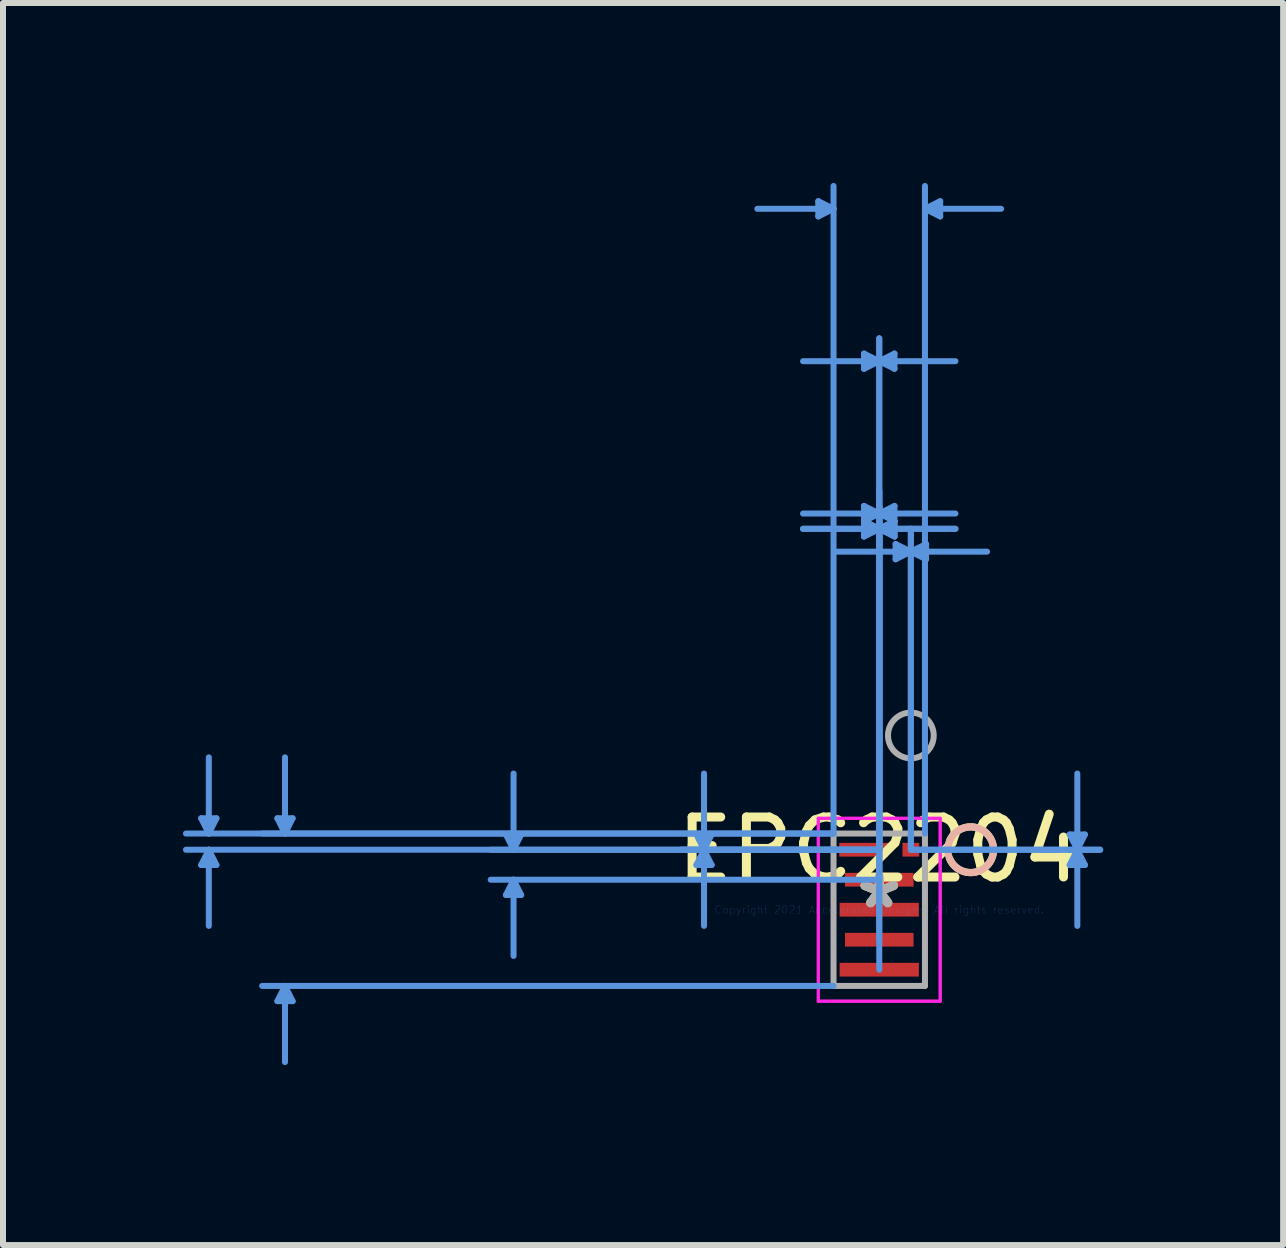
<source format=kicad_pcb>
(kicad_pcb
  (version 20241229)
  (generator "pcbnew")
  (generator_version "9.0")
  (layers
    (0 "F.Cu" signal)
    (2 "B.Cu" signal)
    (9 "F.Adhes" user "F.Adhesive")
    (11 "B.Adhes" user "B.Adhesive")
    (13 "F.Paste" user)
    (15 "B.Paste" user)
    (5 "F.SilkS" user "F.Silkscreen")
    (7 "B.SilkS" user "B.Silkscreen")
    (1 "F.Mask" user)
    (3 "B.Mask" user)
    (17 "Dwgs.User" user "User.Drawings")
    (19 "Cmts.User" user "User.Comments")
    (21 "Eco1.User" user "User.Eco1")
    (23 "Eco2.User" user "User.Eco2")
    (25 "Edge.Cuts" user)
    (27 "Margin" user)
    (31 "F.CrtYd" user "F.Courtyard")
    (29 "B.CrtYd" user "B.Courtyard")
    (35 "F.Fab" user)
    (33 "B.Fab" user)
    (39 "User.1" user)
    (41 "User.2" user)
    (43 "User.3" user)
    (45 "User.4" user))
  (footprint "EPC2204"
    (layer "F.Cu")
    (at 11.607 12.115)
    (property "Reference" "EPC2204" (at 0 -1 0) (layer "F.SilkS") (effects (font (size 1 1) (thickness 0.15))))
    (attr through_hole)
    (fp_arc (start 1.175752 -1.154544) (mid 1.602989 -1.37272) (end 1.905 -0.999998) (stroke (width 0.12) (type solid)) (layer "F.SilkS"))
    (fp_arc (start 1.905 -0.999998) (mid 1.602989 -0.627276) (end 1.175752 -0.845452) (stroke (width 0.12) (type solid)) (layer "F.SilkS"))
    (fp_circle (center 1.524 -1) (end 1.905 -1) (stroke (width 0.12) (type solid)) (fill no) (layer "B.SilkS"))
    (fp_line (start -11.303 -1.524) (end -11.049 -1.524) (stroke (width 0.1) (type solid)) (layer "Cmts.User"))
    (fp_line (start -11.303 -0.746) (end -11.049 -0.746) (stroke (width 0.1) (type solid)) (layer "Cmts.User"))
    (fp_line (start -11.176 -1.27) (end -11.303 -1.524) (stroke (width 0.1) (type solid)) (layer "Cmts.User"))
    (fp_line (start -11.176 -1.27) (end -11.176 -2.54) (stroke (width 0.1) (type solid)) (layer "Cmts.User"))
    (fp_line (start -11.176 -1.27) (end -11.049 -1.524) (stroke (width 0.1) (type solid)) (layer "Cmts.User"))
    (fp_line (start -11.176 -1) (end -11.303 -0.746) (stroke (width 0.1) (type solid)) (layer "Cmts.User"))
    (fp_line (start -11.176 -1) (end -11.176 0.27) (stroke (width 0.1) (type solid)) (layer "Cmts.User"))
    (fp_line (start -11.176 -1) (end -11.049 -0.746) (stroke (width 0.1) (type solid)) (layer "Cmts.User"))
    (fp_line (start -10.033 -1.524) (end -9.779 -1.524) (stroke (width 0.1) (type solid)) (layer "Cmts.User"))
    (fp_line (start -10.033 1.524) (end -9.779 1.524) (stroke (width 0.1) (type solid)) (layer "Cmts.User"))
    (fp_line (start -9.906 -1.27) (end -10.033 -1.524) (stroke (width 0.1) (type solid)) (layer "Cmts.User"))
    (fp_line (start -9.906 -1.27) (end -9.906 -2.54) (stroke (width 0.1) (type solid)) (layer "Cmts.User"))
    (fp_line (start -9.906 -1.27) (end -9.779 -1.524) (stroke (width 0.1) (type solid)) (layer "Cmts.User"))
    (fp_line (start -9.906 1.27) (end -10.033 1.524) (stroke (width 0.1) (type solid)) (layer "Cmts.User"))
    (fp_line (start -9.906 1.27) (end -9.906 2.54) (stroke (width 0.1) (type solid)) (layer "Cmts.User"))
    (fp_line (start -9.906 1.27) (end -9.779 1.524) (stroke (width 0.1) (type solid)) (layer "Cmts.User"))
    (fp_line (start -6.223 -1.254) (end -5.969 -1.254) (stroke (width 0.1) (type solid)) (layer "Cmts.User"))
    (fp_line (start -6.223 -0.246) (end -5.969 -0.246) (stroke (width 0.1) (type solid)) (layer "Cmts.User"))
    (fp_line (start -6.096 -1) (end -6.223 -1.254) (stroke (width 0.1) (type solid)) (layer "Cmts.User"))
    (fp_line (start -6.096 -1) (end -6.096 -2.27) (stroke (width 0.1) (type solid)) (layer "Cmts.User"))
    (fp_line (start -6.096 -1) (end -5.969 -1.254) (stroke (width 0.1) (type solid)) (layer "Cmts.User"))
    (fp_line (start -6.096 -0.5) (end -6.223 -0.246) (stroke (width 0.1) (type solid)) (layer "Cmts.User"))
    (fp_line (start -6.096 -0.5) (end -6.096 0.77) (stroke (width 0.1) (type solid)) (layer "Cmts.User"))
    (fp_line (start -6.096 -0.5) (end -5.969 -0.246) (stroke (width 0.1) (type solid)) (layer "Cmts.User"))
    (fp_line (start -3.048 -1.254) (end -2.794 -1.254) (stroke (width 0.1) (type solid)) (layer "Cmts.User"))
    (fp_line (start -3.048 -0.746) (end -2.794 -0.746) (stroke (width 0.1) (type solid)) (layer "Cmts.User"))
    (fp_line (start -2.921 -1) (end -3.048 -1.254) (stroke (width 0.1) (type solid)) (layer "Cmts.User"))
    (fp_line (start -2.921 -1) (end -3.048 -0.746) (stroke (width 0.1) (type solid)) (layer "Cmts.User"))
    (fp_line (start -2.921 -1) (end -2.921 -2.27) (stroke (width 0.1) (type solid)) (layer "Cmts.User"))
    (fp_line (start -2.921 -1) (end -2.921 0.27) (stroke (width 0.1) (type solid)) (layer "Cmts.User"))
    (fp_line (start -2.921 -1) (end -2.794 -1.254) (stroke (width 0.1) (type solid)) (layer "Cmts.User"))
    (fp_line (start -2.921 -1) (end -2.794 -0.746) (stroke (width 0.1) (type solid)) (layer "Cmts.User"))
    (fp_line (start -1.016 -11.811) (end -1.016 -11.557) (stroke (width 0.1) (type solid)) (layer "Cmts.User"))
    (fp_line (start -0.762 -11.684) (end -2.032 -11.684) (stroke (width 0.1) (type solid)) (layer "Cmts.User"))
    (fp_line (start -0.762 -11.684) (end -1.016 -11.811) (stroke (width 0.1) (type solid)) (layer "Cmts.User"))
    (fp_line (start -0.762 -11.684) (end -1.016 -11.557) (stroke (width 0.1) (type solid)) (layer "Cmts.User"))
    (fp_line (start -0.762 -1.27) (end -11.557 -1.27) (stroke (width 0.1) (type solid)) (layer "Cmts.User"))
    (fp_line (start -0.762 -1.27) (end -10.287 -1.27) (stroke (width 0.1) (type solid)) (layer "Cmts.User"))
    (fp_line (start -0.762 -1.27) (end -0.762 -12.065) (stroke (width 0.1) (type solid)) (layer "Cmts.User"))
    (fp_line (start -0.762 1.27) (end -10.287 1.27) (stroke (width 0.1) (type solid)) (layer "Cmts.User"))
    (fp_line (start -0.254 -9.271) (end -0.254 -9.017) (stroke (width 0.1) (type solid)) (layer "Cmts.User"))
    (fp_line (start -0.254 -6.731) (end -0.254 -6.477) (stroke (width 0.1) (type solid)) (layer "Cmts.User"))
    (fp_line (start -0.254 -6.477) (end -0.254 -6.223) (stroke (width 0.1) (type solid)) (layer "Cmts.User"))
    (fp_line (start -0.254 -6.477) (end -0.254 -6.223) (stroke (width 0.1) (type solid)) (layer "Cmts.User"))
    (fp_line (start 0 -9.144) (end -1.27 -9.144) (stroke (width 0.1) (type solid)) (layer "Cmts.User"))
    (fp_line (start 0 -9.144) (end -0.254 -9.271) (stroke (width 0.1) (type solid)) (layer "Cmts.User"))
    (fp_line (start 0 -9.144) (end -0.254 -9.017) (stroke (width 0.1) (type solid)) (layer "Cmts.User"))
    (fp_line (start 0 -9.144) (end 0.254 -9.271) (stroke (width 0.1) (type solid)) (layer "Cmts.User"))
    (fp_line (start 0 -9.144) (end 0.254 -9.017) (stroke (width 0.1) (type solid)) (layer "Cmts.User"))
    (fp_line (start 0 -9.144) (end 1.27 -9.144) (stroke (width 0.1) (type solid)) (layer "Cmts.User"))
    (fp_line (start 0 -6.604) (end -1.27 -6.604) (stroke (width 0.1) (type solid)) (layer "Cmts.User"))
    (fp_line (start 0 -6.604) (end -0.254 -6.731) (stroke (width 0.1) (type solid)) (layer "Cmts.User"))
    (fp_line (start 0 -6.604) (end -0.254 -6.477) (stroke (width 0.1) (type solid)) (layer "Cmts.User"))
    (fp_line (start 0 -6.604) (end 0.254 -6.731) (stroke (width 0.1) (type solid)) (layer "Cmts.User"))
    (fp_line (start 0 -6.604) (end 0.254 -6.477) (stroke (width 0.1) (type solid)) (layer "Cmts.User"))
    (fp_line (start 0 -6.604) (end 1.27 -6.604) (stroke (width 0.1) (type solid)) (layer "Cmts.User"))
    (fp_line (start 0 -6.35) (end -1.27 -6.35) (stroke (width 0.1) (type solid)) (layer "Cmts.User"))
    (fp_line (start 0 -6.35) (end -1.27 -6.35) (stroke (width 0.1) (type solid)) (layer "Cmts.User"))
    (fp_line (start 0 -6.35) (end -0.254 -6.477) (stroke (width 0.1) (type solid)) (layer "Cmts.User"))
    (fp_line (start 0 -6.35) (end -0.254 -6.477) (stroke (width 0.1) (type solid)) (layer "Cmts.User"))
    (fp_line (start 0 -6.35) (end -0.254 -6.223) (stroke (width 0.1) (type solid)) (layer "Cmts.User"))
    (fp_line (start 0 -6.35) (end -0.254 -6.223) (stroke (width 0.1) (type solid)) (layer "Cmts.User"))
    (fp_line (start 0 -6.35) (end 0.254 -6.477) (stroke (width 0.1) (type solid)) (layer "Cmts.User"))
    (fp_line (start 0 -6.35) (end 0.254 -6.477) (stroke (width 0.1) (type solid)) (layer "Cmts.User"))
    (fp_line (start 0 -6.35) (end 0.254 -6.223) (stroke (width 0.1) (type solid)) (layer "Cmts.User"))
    (fp_line (start 0 -6.35) (end 0.254 -6.223) (stroke (width 0.1) (type solid)) (layer "Cmts.User"))
    (fp_line (start 0 -6.35) (end 1.27 -6.35) (stroke (width 0.1) (type solid)) (layer "Cmts.User"))
    (fp_line (start 0 -6.35) (end 1.27 -6.35) (stroke (width 0.1) (type solid)) (layer "Cmts.User"))
    (fp_line (start 0 -1) (end -11.557 -1) (stroke (width 0.1) (type solid)) (layer "Cmts.User"))
    (fp_line (start 0 -1) (end -6.477 -1) (stroke (width 0.1) (type solid)) (layer "Cmts.User"))
    (fp_line (start 0 -1) (end -3.302 -1) (stroke (width 0.1) (type solid)) (layer "Cmts.User"))
    (fp_line (start 0 -1) (end -3.302 -1) (stroke (width 0.1) (type solid)) (layer "Cmts.User"))
    (fp_line (start 0 -1) (end 0 -9.525) (stroke (width 0.1) (type solid)) (layer "Cmts.User"))
    (fp_line (start 0 -1) (end 0 -9.525) (stroke (width 0.1) (type solid)) (layer "Cmts.User"))
    (fp_line (start 0 -1) (end 0 -6.731) (stroke (width 0.1) (type solid)) (layer "Cmts.User"))
    (fp_line (start 0 -1) (end 0 -6.731) (stroke (width 0.1) (type solid)) (layer "Cmts.User"))
    (fp_line (start 0 -0.5) (end -6.477 -0.5) (stroke (width 0.1) (type solid)) (layer "Cmts.User"))
    (fp_line (start 0 -0.5) (end 0 -6.985) (stroke (width 0.1) (type solid)) (layer "Cmts.User"))
    (fp_line (start 0 -0.5) (end 0 -6.985) (stroke (width 0.1) (type solid)) (layer "Cmts.User"))
    (fp_line (start 0 0.5) (end 0 -6.731) (stroke (width 0.1) (type solid)) (layer "Cmts.User"))
    (fp_line (start 0 1) (end 0 -6.731) (stroke (width 0.1) (type solid)) (layer "Cmts.User"))
    (fp_line (start 0.254 -9.271) (end 0.254 -9.017) (stroke (width 0.1) (type solid)) (layer "Cmts.User"))
    (fp_line (start 0.254 -6.731) (end 0.254 -6.477) (stroke (width 0.1) (type solid)) (layer "Cmts.User"))
    (fp_line (start 0.254 -6.477) (end 0.254 -6.223) (stroke (width 0.1) (type solid)) (layer "Cmts.User"))
    (fp_line (start 0.254 -6.477) (end 0.254 -6.223) (stroke (width 0.1) (type solid)) (layer "Cmts.User"))
    (fp_line (start 0.273 -6.096) (end 0.273 -5.842) (stroke (width 0.1) (type solid)) (layer "Cmts.User"))
    (fp_line (start 0.527 -5.969) (end -0.743 -5.969) (stroke (width 0.1) (type solid)) (layer "Cmts.User"))
    (fp_line (start 0.527 -5.969) (end 0.273 -6.096) (stroke (width 0.1) (type solid)) (layer "Cmts.User"))
    (fp_line (start 0.527 -5.969) (end 0.273 -5.842) (stroke (width 0.1) (type solid)) (layer "Cmts.User"))
    (fp_line (start 0.527 -5.969) (end 0.781 -6.096) (stroke (width 0.1) (type solid)) (layer "Cmts.User"))
    (fp_line (start 0.527 -5.969) (end 0.781 -5.842) (stroke (width 0.1) (type solid)) (layer "Cmts.User"))
    (fp_line (start 0.527 -5.969) (end 1.797 -5.969) (stroke (width 0.1) (type solid)) (layer "Cmts.User"))
    (fp_line (start 0.527 -1) (end 0.527 -6.35) (stroke (width 0.1) (type solid)) (layer "Cmts.User"))
    (fp_line (start 0.527 -1) (end 0.527 -6.35) (stroke (width 0.1) (type solid)) (layer "Cmts.User"))
    (fp_line (start 0.527 -1) (end 3.683 -1) (stroke (width 0.1) (type solid)) (layer "Cmts.User"))
    (fp_line (start 0.527 -1) (end 3.683 -1) (stroke (width 0.1) (type solid)) (layer "Cmts.User"))
    (fp_line (start 0.762 -11.684) (end 1.016 -11.811) (stroke (width 0.1) (type solid)) (layer "Cmts.User"))
    (fp_line (start 0.762 -11.684) (end 1.016 -11.557) (stroke (width 0.1) (type solid)) (layer "Cmts.User"))
    (fp_line (start 0.762 -11.684) (end 2.032 -11.684) (stroke (width 0.1) (type solid)) (layer "Cmts.User"))
    (fp_line (start 0.762 -1.27) (end 0.762 -12.065) (stroke (width 0.1) (type solid)) (layer "Cmts.User"))
    (fp_line (start 0.781 -6.096) (end 0.781 -5.842) (stroke (width 0.1) (type solid)) (layer "Cmts.User"))
    (fp_line (start 1.016 -11.811) (end 1.016 -11.557) (stroke (width 0.1) (type solid)) (layer "Cmts.User"))
    (fp_line (start 3.175 -1.254) (end 3.429 -1.254) (stroke (width 0.1) (type solid)) (layer "Cmts.User"))
    (fp_line (start 3.175 -0.746) (end 3.429 -0.746) (stroke (width 0.1) (type solid)) (layer "Cmts.User"))
    (fp_line (start 3.302 -1) (end 3.175 -1.254) (stroke (width 0.1) (type solid)) (layer "Cmts.User"))
    (fp_line (start 3.302 -1) (end 3.175 -0.746) (stroke (width 0.1) (type solid)) (layer "Cmts.User"))
    (fp_line (start 3.302 -1) (end 3.302 -2.27) (stroke (width 0.1) (type solid)) (layer "Cmts.User"))
    (fp_line (start 3.302 -1) (end 3.302 0.27) (stroke (width 0.1) (type solid)) (layer "Cmts.User"))
    (fp_line (start 3.302 -1) (end 3.429 -1.254) (stroke (width 0.1) (type solid)) (layer "Cmts.User"))
    (fp_line (start 3.302 -1) (end 3.429 -0.746) (stroke (width 0.1) (type solid)) (layer "Cmts.User"))
    (fp_line (start -1.016 -1.524) (end -1.016 1.524) (stroke (width 0.05) (type solid)) (layer "F.CrtYd"))
    (fp_line (start -1.016 -1.524) (end -1.016 1.524) (stroke (width 0.05) (type solid)) (layer "F.CrtYd"))
    (fp_line (start -1.016 1.524) (end 1.016 1.524) (stroke (width 0.05) (type solid)) (layer "F.CrtYd"))
    (fp_line (start -1.016 1.524) (end 1.016 1.524) (stroke (width 0.05) (type solid)) (layer "F.CrtYd"))
    (fp_line (start 1.016 -1.524) (end -1.016 -1.524) (stroke (width 0.05) (type solid)) (layer "F.CrtYd"))
    (fp_line (start 1.016 -1.524) (end -1.016 -1.524) (stroke (width 0.05) (type solid)) (layer "F.CrtYd"))
    (fp_line (start 1.016 1.524) (end 1.016 -1.524) (stroke (width 0.05) (type solid)) (layer "F.CrtYd"))
    (fp_line (start 1.016 1.524) (end 1.016 -1.524) (stroke (width 0.05) (type solid)) (layer "F.CrtYd"))
    (fp_line (start -0.762 -1.27) (end -0.762 1.27) (stroke (width 0.1) (type solid)) (layer "F.Fab"))
    (fp_line (start -0.762 1.27) (end 0.762 1.27) (stroke (width 0.1) (type solid)) (layer "F.Fab"))
    (fp_line (start 0.762 -1.27) (end -0.762 -1.27) (stroke (width 0.1) (type solid)) (layer "F.Fab"))
    (fp_line (start 0.762 1.27) (end 0.762 -1.27) (stroke (width 0.1) (type solid)) (layer "F.Fab"))
    (fp_circle (center 0.527 -2.905) (end 0.908 -2.905) (stroke (width 0.1) (type solid)) (fill no) (layer "F.Fab"))
    (fp_text user "*" (at 0 0 0) (layer "F.SilkS") (effects (font (size 1 1) (thickness 0.15))))
    (fp_text user "Copyright 2021 Accelerated Designs. All rights reserved." (at 0 0 0) (layer "Cmts.User") (effects (font (size 0.127 0.127) (thickness 0.002))))
    (fp_text user "*" (at 0 0 0) (layer "F.Fab") (effects (font (size 1 1) (thickness 0.15))))
    (pad "1" smd rect (at 0.527 -1) (size 0.279 0.229) (layers "F.Cu" "F.Mask" "F.Paste"))
    (pad "2" smd rect (at -0.26 -1) (size 0.813 0.229) (layers "F.Cu" "F.Mask" "F.Paste"))
    (pad "3" smd rect (at 0 -0.5) (size 1.143 0.229) (layers "F.Cu" "F.Mask" "F.Paste"))
    (pad "4" smd rect (at 0 0.000003) (size 1.321 0.229) (layers "F.Cu" "F.Mask" "F.Paste"))
    (pad "5" smd rect (at 0 0.5) (size 1.143 0.229) (layers "F.Cu" "F.Mask" "F.Paste"))
    (pad "6" smd rect (at 0 1) (size 1.321 0.229) (layers "F.Cu" "F.Mask" "F.Paste")))
  (gr_rect
    (start -3 -3)
    (end 18.34 17.705)
    (stroke (width 0.1) (type default))
    (fill no)
    (layer "Edge.Cuts")))
</source>
